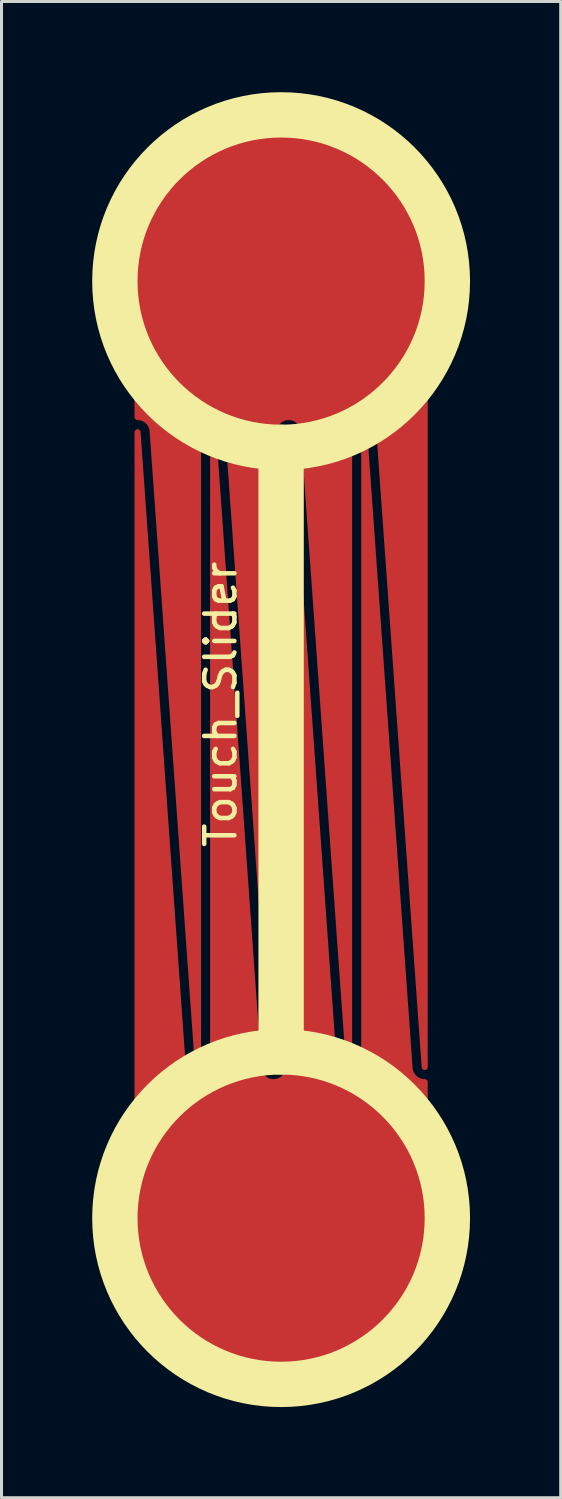
<source format=kicad_pcb>
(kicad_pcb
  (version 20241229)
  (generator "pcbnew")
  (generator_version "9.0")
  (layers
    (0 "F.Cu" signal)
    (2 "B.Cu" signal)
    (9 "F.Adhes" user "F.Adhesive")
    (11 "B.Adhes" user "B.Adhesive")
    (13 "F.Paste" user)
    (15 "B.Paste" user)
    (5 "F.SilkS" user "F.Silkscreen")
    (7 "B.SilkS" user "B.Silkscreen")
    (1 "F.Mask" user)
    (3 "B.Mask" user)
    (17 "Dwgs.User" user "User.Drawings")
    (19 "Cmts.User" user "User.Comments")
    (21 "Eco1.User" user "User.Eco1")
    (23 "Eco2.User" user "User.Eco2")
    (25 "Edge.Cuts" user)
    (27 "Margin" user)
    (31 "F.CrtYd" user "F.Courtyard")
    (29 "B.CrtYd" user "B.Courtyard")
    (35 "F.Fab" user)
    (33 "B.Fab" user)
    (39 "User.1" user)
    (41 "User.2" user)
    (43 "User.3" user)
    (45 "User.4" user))
  (footprint "Touch_Slider"
    (layer "F.Cu")
    (at 6.25 37.25)
    (property "Reference" "Touch_Slider" (at -2 -17 90) (layer "F.SilkS") (effects (font (size 1 1) (thickness 0.15))))
    (attr through_hole)
    (fp_line (start 0 -5.5) (end 0 -25.5) (stroke (width 1.5) (type solid)) (layer "F.SilkS"))
    (fp_circle (center 0 -31) (end 5.5 -31) (stroke (width 1.5) (type solid)) (fill no) (layer "F.SilkS"))
    (fp_circle (center 0 0) (end 5.5 0) (stroke (width 1.5) (type solid)) (fill no) (layer "F.SilkS"))
    (pad "1" smd custom (at 0 0) (size 3 3) (layers "F.Cu" "F.Paste") (options (anchor circle)) (primitives (gr_line (start -4.75 -5) (end -4.75 0) (width 0.2)) (gr_line (start 1.751 -4.964) (end 0.25 -26) (width 0.2)) (gr_line (start 2.75 -26) (end 2.75 -5) (width 0.2)) (gr_arc (start 4.75 0) (mid 0 4.75) (end -4.75 0) (width 0.2)) (gr_line (start -0.749 -4.964) (end -2.25 -26) (width 0.2)) (gr_line (start 4.75 0) (end 4.75 -4.5) (width 0.2)) (gr_arc (start -2.25 -4.999845) (mid -2.732269 -4.500314) (end -3.248731 -4.964406) (width 0.2)) (gr_line (start 4.251 -4.964) (end 2.75 -26) (width 0.2)) (gr_arc (start 4.749844 -4.5) (mid 4.409206 -4.634131) (end 4.251268 -4.964406) (width 0.2)) (gr_line (start -2.25 -26) (end -2.25 -5) (width 0.2)) (gr_line (start -4.75 -26) (end -4.75 -5) (width 0.2)) (gr_arc (start 0.25 -4.999845) (mid -0.232269 -4.500314) (end -0.748731 -4.964406) (width 0.2)) (gr_arc (start 2.749999 -4.999845) (mid 2.26773 -4.500314) (end 1.751268 -4.964406) (width 0.2)) (gr_line (start -3.249 -4.964) (end -4.75 -26) (width 0.2)) (gr_line (start 0.25 -26) (end 0.25 -5) (width 0.2)) (gr_poly (pts (xy 4.2 -5.5) (xy 4.25 -4.8) (xy 4.5 -4.5) (xy 4.75 -4.5) (xy 4.75 -0.15) (xy 4.65 0.8) (xy 4.4 1.75) (xy 3.85 2.75) (xy 3.2 3.5) (xy 2.4 4.1) (xy 1.55 4.5) (xy 0.7 4.7) (xy 0.05 4.75) (xy -0.7 4.7) (xy -1.8 4.4) (xy -2.75 3.9) (xy -3.5 3.2) (xy -4 2.55) (xy -4.3 2) (xy -4.55 1.35) (xy -4.7 0.7) (xy -4.75 0) (xy -4.75 -26) (xy -3.25 -4.9) (xy -3.15 -4.65) (xy -2.9 -4.5) (xy -2.6 -4.5) (xy -2.35 -4.65) (xy -2.25 -4.9) (xy -2.25 -26) (xy -0.75 -4.9) (xy -0.7 -4.75) (xy -0.55 -4.55) (xy -0.25 -4.45) (xy 0 -4.55) (xy 0.2 -4.7) (xy 0.25 -4.95) (xy 0.25 -26) (xy 1.7 -5.4) (xy 1.75 -4.8) (xy 1.95 -4.55) (xy 2.3 -4.45) (xy 2.6 -4.6) (xy 2.75 -4.85) (xy 2.75 -26)) (width 0.1) (fill yes))))
    (pad "2" smd custom (at 0 -31) (size 3 3) (layers "F.Cu" "F.Paste") (options (anchor circle)) (primitives (gr_line (start 3.249 4.964) (end 4.75 26) (width 0.2)) (gr_line (start -0.25 26) (end -0.25 5) (width 0.2)) (gr_line (start 4.75 5) (end 4.75 0) (width 0.2)) (gr_arc (start -4.75 0) (mid 0 -4.75) (end 4.75 0) (width 0.2)) (gr_arc (start -4.749844 4.5) (mid -4.409206 4.634132) (end -4.251268 4.964407) (width 0.2)) (gr_line (start -4.251 4.964) (end -2.75 26) (width 0.2)) (gr_line (start -4.75 0) (end -4.75 4.5) (width 0.2)) (gr_line (start 0.749 4.964) (end 2.25 26) (width 0.2)) (gr_arc (start 2.249998 4.999846) (mid 2.732268 4.500314) (end 3.248731 4.964407) (width 0.2)) (gr_arc (start -0.25 4.999846) (mid 0.232269 4.500315) (end 0.748731 4.964407) (width 0.2)) (gr_line (start -2.75 26) (end -2.75 5) (width 0.2)) (gr_line (start 2.25 26) (end 2.25 5) (width 0.2)) (gr_arc (start -2.749999 4.999846) (mid -2.26773 4.500315) (end -1.751268 4.964407) (width 0.2)) (gr_line (start 4.75 26) (end 4.75 5) (width 0.2)) (gr_line (start -1.751 4.964) (end -0.25 26) (width 0.2)) (gr_poly (pts (xy -4.2 5.5) (xy -4.25 4.8) (xy -4.5 4.5) (xy -4.75 4.5) (xy -4.75 0.15) (xy -4.65 -0.8) (xy -4.4 -1.75) (xy -3.85 -2.75) (xy -3.2 -3.5) (xy -2.4 -4.1) (xy -1.55 -4.5) (xy -0.7 -4.7) (xy -0.05 -4.75) (xy 0.7 -4.7) (xy 1.8 -4.4) (xy 2.75 -3.9) (xy 3.5 -3.2) (xy 4 -2.55) (xy 4.3 -2) (xy 4.55 -1.35) (xy 4.7 -0.7) (xy 4.75 0) (xy 4.75 26) (xy 3.25 4.9) (xy 3.15 4.65) (xy 2.9 4.5) (xy 2.6 4.5) (xy 2.35 4.65) (xy 2.25 4.9) (xy 2.25 26) (xy 0.75 4.9) (xy 0.7 4.75) (xy 0.55 4.55) (xy 0.25 4.45) (xy 0 4.55) (xy -0.2 4.7) (xy -0.25 4.95) (xy -0.25 26) (xy -1.7 5.4) (xy -1.75 4.8) (xy -1.95 4.55) (xy -2.3 4.45) (xy -2.6 4.6) (xy -2.75 4.85) (xy -2.75 26)) (width 0.1) (fill yes)))))
  (gr_rect
    (start -3 -3)
    (end 15.5 46.5)
    (stroke (width 0.1) (type default))
    (fill no)
    (layer "Edge.Cuts")))
</source>
